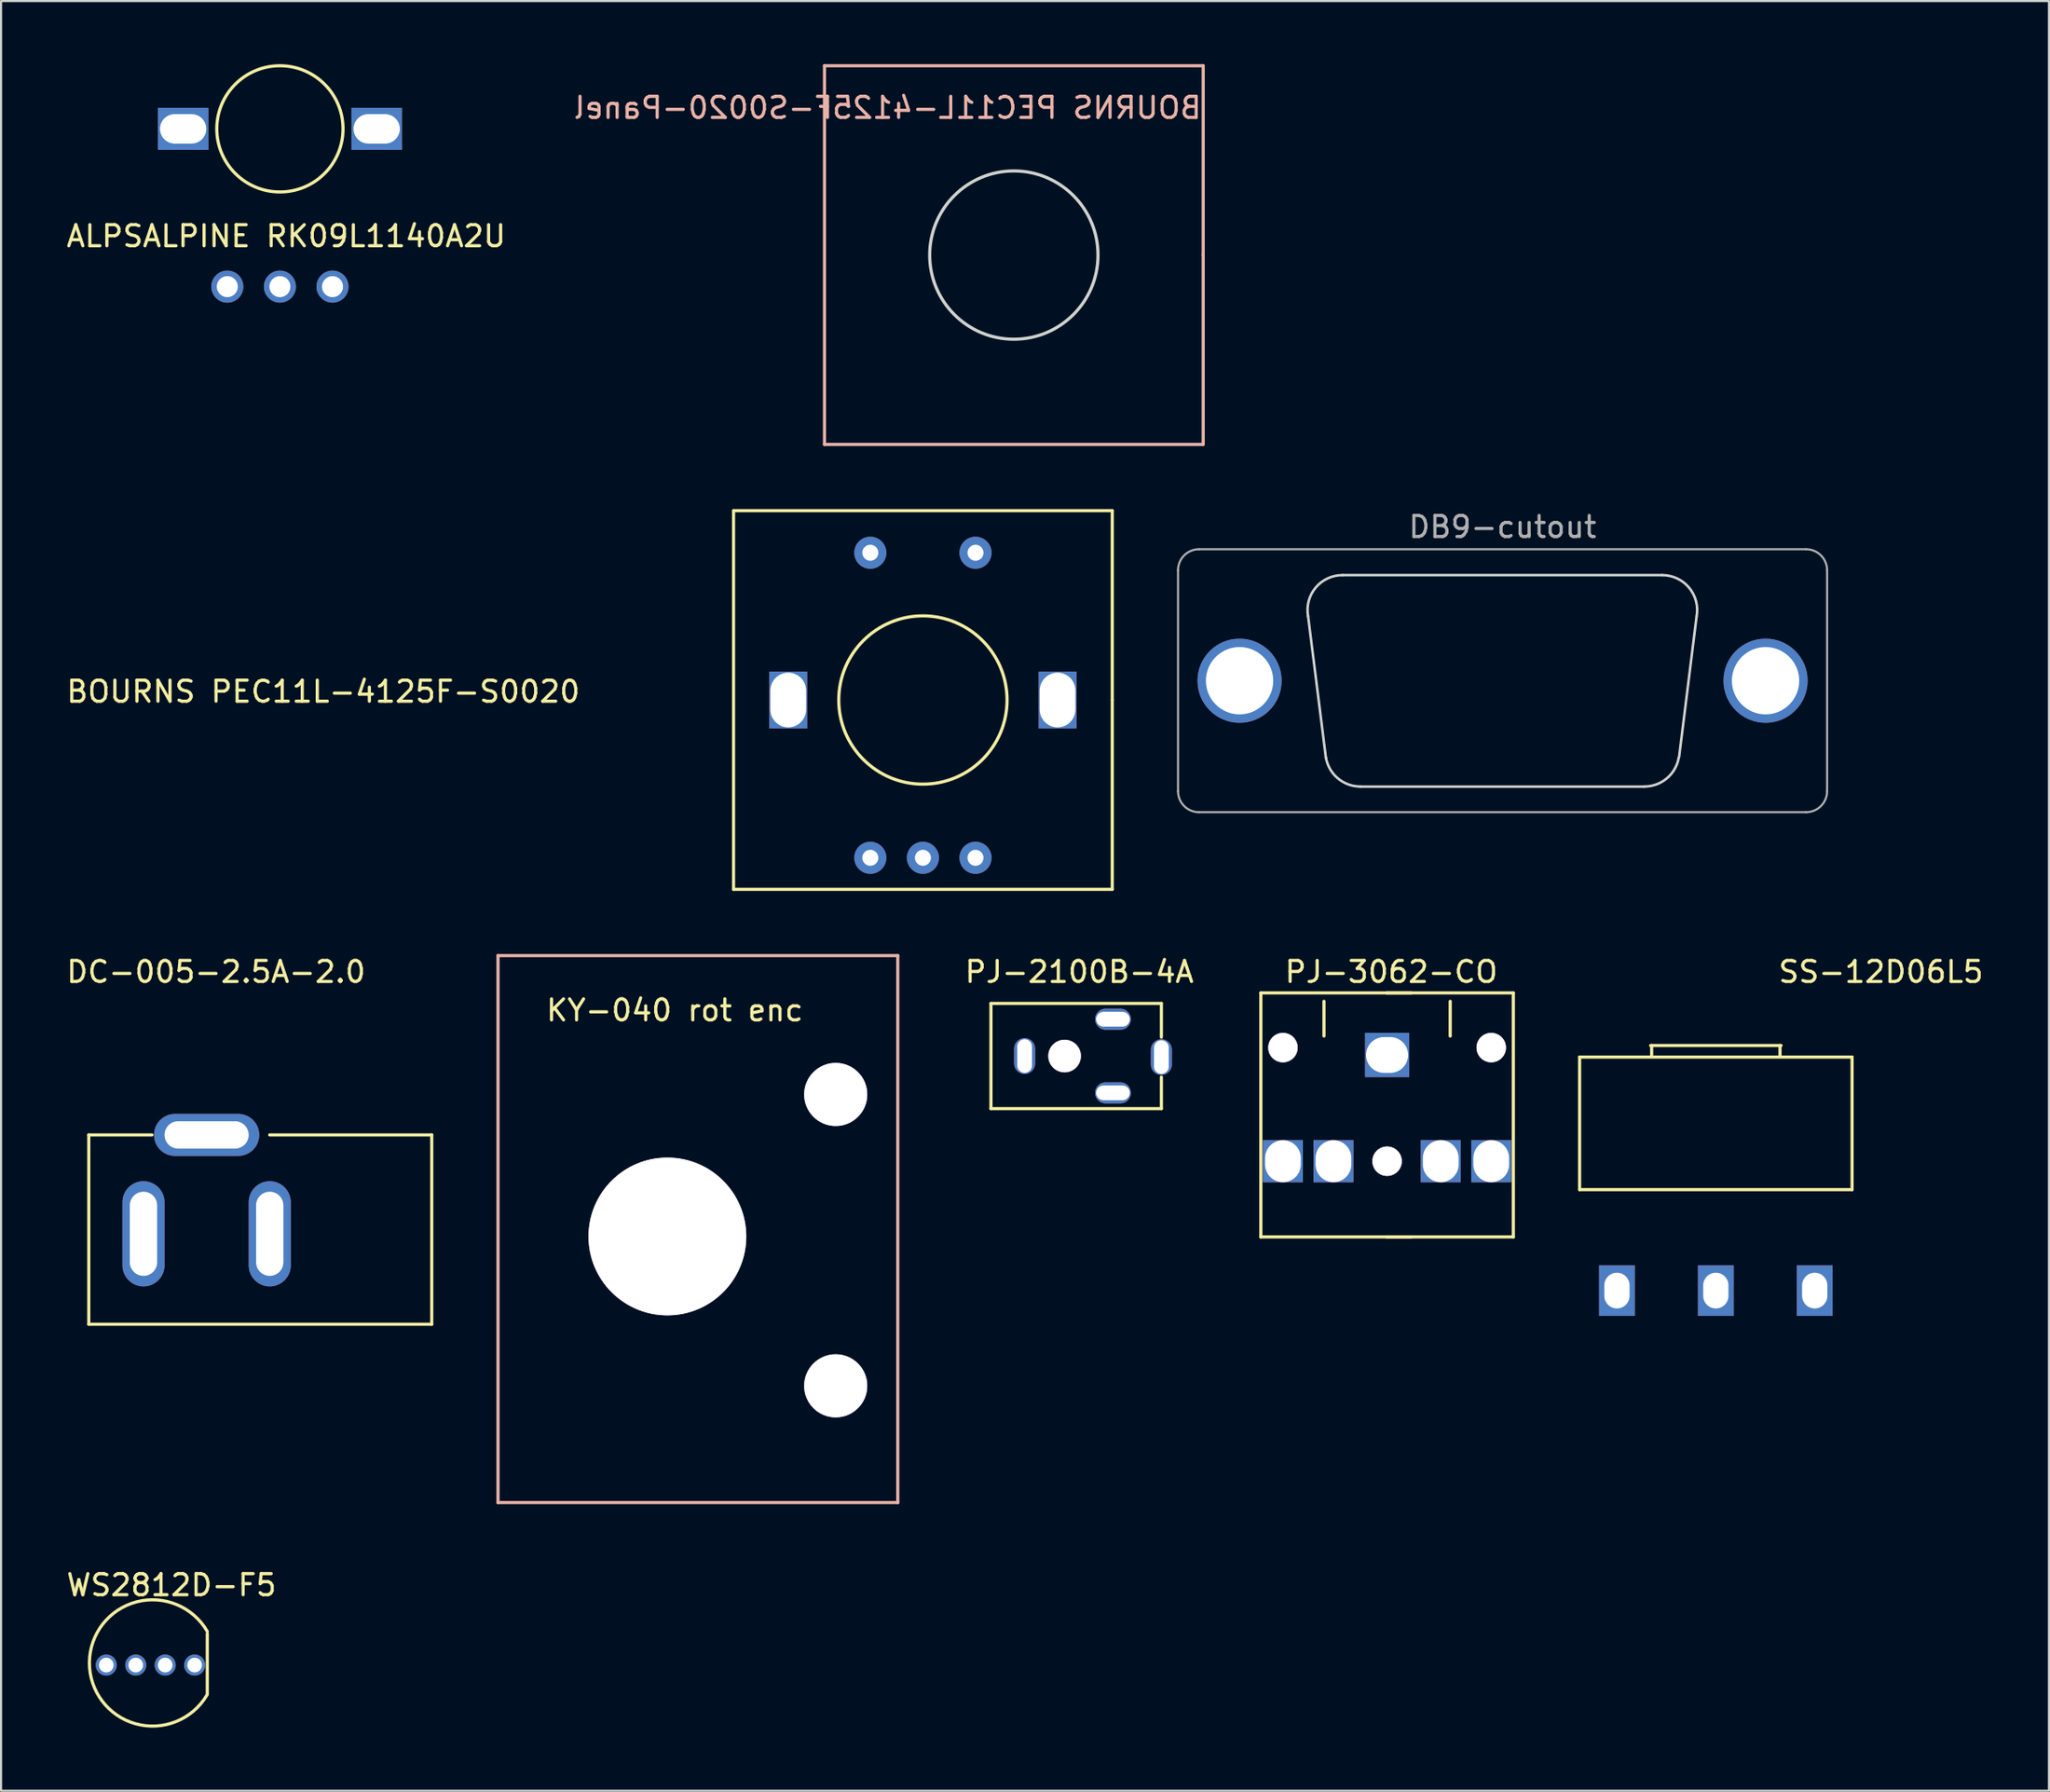
<source format=kicad_pcb>
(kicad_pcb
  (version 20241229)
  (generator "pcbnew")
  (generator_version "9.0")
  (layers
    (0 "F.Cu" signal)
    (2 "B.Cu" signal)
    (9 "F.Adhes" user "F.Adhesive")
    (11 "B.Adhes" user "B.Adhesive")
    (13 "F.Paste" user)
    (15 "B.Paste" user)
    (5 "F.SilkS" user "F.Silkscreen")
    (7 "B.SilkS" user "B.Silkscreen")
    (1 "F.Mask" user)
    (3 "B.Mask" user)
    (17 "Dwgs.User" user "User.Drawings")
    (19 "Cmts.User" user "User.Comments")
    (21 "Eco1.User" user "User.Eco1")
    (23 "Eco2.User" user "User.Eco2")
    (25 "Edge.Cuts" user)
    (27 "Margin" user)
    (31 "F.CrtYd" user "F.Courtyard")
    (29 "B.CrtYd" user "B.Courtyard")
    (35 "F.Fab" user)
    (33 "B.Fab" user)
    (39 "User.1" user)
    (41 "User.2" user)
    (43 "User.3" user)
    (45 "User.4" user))
  (footprint "DC-005-2.5A-2.0"
    (layer "F.Cu")
    (at 5.67 48.698)
    (property "Reference" "DC-005-2.5A-2.0" (at 1.55 -5.55 0) (layer "F.SilkS") (effects (font (size 1 1) (thickness 0.15))))
    (attr through_hole)
    (fp_line (start -4.5 2.2) (end -1.5 2.2) (stroke (width 0.15) (type solid)) (layer "F.SilkS"))
    (fp_line (start -4.5 11.2) (end -4.5 2.2) (stroke (width 0.15) (type solid)) (layer "F.SilkS"))
    (fp_line (start 4.1 2.2) (end 11.8 2.2) (stroke (width 0.15) (type solid)) (layer "F.SilkS"))
    (fp_line (start 11.8 11.2) (end -4.5 11.2) (stroke (width 0.15) (type solid)) (layer "F.SilkS"))
    (fp_line (start 11.8 11.2) (end 11.8 2.2) (stroke (width 0.15) (type solid)) (layer "F.SilkS"))
    (pad "" thru_hole oval (at 1.1 2.2 90) (size 2 5) (drill oval 1.3 4) (layers "*.Cu" "*.Mask"))
    (pad "1" thru_hole oval (at -1.9 6.9) (size 2 5) (drill oval 1.3 4) (layers "*.Cu" "*.Mask"))
    (pad "2" thru_hole oval (at 4.1 6.9) (size 2 5) (drill oval 1.3 4) (layers "*.Cu" "*.Mask")))
  (footprint "WS2812D-F5"
    (layer "F.Cu")
    (at 5.201 72.898)
    (property "Reference" "WS2812D-F5" (at -0.1 -0.6 0) (layer "F.SilkS") (effects (font (size 1 1) (thickness 0.15))))
    (attr through_hole)
    (fp_line (start 1.6 1.7) (end 1.6 4.6) (stroke (width 0.15) (type solid)) (layer "F.SilkS"))
    (fp_arc (start 1.573907 4.644345) (mid -4.001556 3.074274) (end 1.6 1.6) (stroke (width 0.15) (type solid)) (layer "F.SilkS"))
    (pad "1" thru_hole circle (at 1 3.2) (size 1 1) (drill 0.7) (layers "*.Cu" "*.Mask"))
    (pad "2" thru_hole circle (at -0.4 3.2) (size 1 1) (drill 0.7) (layers "*.Cu" "*.Mask"))
    (pad "3" thru_hole circle (at -1.8 3.2) (size 1 1) (drill 0.7) (layers "*.Cu" "*.Mask"))
    (pad "4" thru_hole circle (at -3.2 3.2) (size 1 1) (drill 0.7) (layers "*.Cu" "*.Mask")))
  (footprint "SS-12D06L5"
    (layer "F.Cu")
    (at 76.852 54.348)
    (property "Reference" "SS-12D06L5" (at 9.5 -11.2 0) (layer "F.SilkS") (effects (font (size 1 1) (thickness 0.15))))
    (attr through_hole)
    (fp_line (start -4.825 -7.15) (end 8.125 -7.15) (stroke (width 0.15) (type solid)) (layer "F.SilkS"))
    (fp_line (start -4.825 -0.85) (end -4.825 -7.15) (stroke (width 0.15) (type solid)) (layer "F.SilkS"))
    (fp_line (start -4.825 -0.85) (end 8.125 -0.85) (stroke (width 0.15) (type solid)) (layer "F.SilkS"))
    (fp_line (start -1.45 -7.7) (end 4.75 -7.7) (stroke (width 0.15) (type solid)) (layer "F.SilkS"))
    (fp_line (start -1.4 -7.7) (end -1.4 -7.2) (stroke (width 0.15) (type solid)) (layer "F.SilkS"))
    (fp_line (start 4.7 -7.7) (end 4.7 -7.2) (stroke (width 0.15) (type solid)) (layer "F.SilkS"))
    (fp_line (start 8.125 -0.85) (end 8.125 -7.15) (stroke (width 0.15) (type solid)) (layer "F.SilkS"))
    (pad "" thru_hole rect (at 6.35 3.95) (size 1.7 2.4) (drill oval 1.2 1.7) (layers "*.Cu" "*.Mask"))
    (pad "1" thru_hole rect (at -3.05 3.95) (size 1.7 2.4) (drill oval 1.2 1.7) (layers "*.Cu" "*.Mask"))
    (pad "2" thru_hole rect (at 1.65 3.95) (size 1.7 2.4) (drill oval 1.2 1.7) (layers "*.Cu" "*.Mask")))
  (footprint "BOURNS PEC11L-4125F-S0020-Panel"
    (layer "F.Cu")
    (at 45.137 9.075)
    (property "Reference" "BOURNS PEC11L-4125F-S0020-Panel" (at -6 -7 0) (layer "B.SilkS") (effects (font (size 1 1) (thickness 0.15)) (justify mirror)))
    (attr through_hole)
    (fp_line (start -9 -9) (end 9 -9) (stroke (width 0.15) (type solid)) (layer "B.SilkS"))
    (fp_line (start -9 9) (end -9 -9) (stroke (width 0.15) (type solid)) (layer "B.SilkS"))
    (fp_line (start 9 -9) (end 9 0) (stroke (width 0.15) (type solid)) (layer "B.SilkS"))
    (fp_line (start 9 0) (end 9 9) (stroke (width 0.15) (type solid)) (layer "B.SilkS"))
    (fp_line (start 9 9) (end -9 9) (stroke (width 0.15) (type solid)) (layer "B.SilkS"))
    (fp_circle (center 0 0) (end 4 0) (stroke (width 0.15) (type solid)) (fill no) (layer "Edge.Cuts")))
  (footprint "PJ-3062-CO"
    (layer "F.Cu")
    (at 60.727 43.148)
    (property "Reference" "PJ-3062-CO" (at 2.35 0 0) (layer "F.SilkS") (effects (font (size 1 1) (thickness 0.15))))
    (attr through_hole)
    (fp_line (start -3.85 12.6) (end -3.85 1) (stroke (width 0.15) (type solid)) (layer "F.SilkS"))
    (fp_line (start -0.85 1.4) (end -0.85 3.05) (stroke (width 0.15) (type solid)) (layer "F.SilkS"))
    (fp_line (start 2.15 1) (end -3.85 1) (stroke (width 0.15) (type solid)) (layer "F.SilkS"))
    (fp_line (start 2.15 1) (end 3.3 1) (stroke (width 0.15) (type solid)) (layer "F.SilkS"))
    (fp_line (start 2.15 12.6) (end -3.85 12.6) (stroke (width 0.15) (type solid)) (layer "F.SilkS"))
    (fp_line (start 2.15 12.6) (end 3.3 12.6) (stroke (width 0.15) (type solid)) (layer "F.SilkS"))
    (fp_line (start 5.15 1.4) (end 5.15 3.05) (stroke (width 0.15) (type solid)) (layer "F.SilkS"))
    (fp_line (start 8.15 1) (end 2.15 1) (stroke (width 0.15) (type solid)) (layer "F.SilkS"))
    (fp_line (start 8.15 12.6) (end 2.15 12.6) (stroke (width 0.15) (type solid)) (layer "F.SilkS"))
    (fp_line (start 8.15 12.6) (end 8.15 1) (stroke (width 0.15) (type solid)) (layer "F.SilkS"))
    (pad "" thru_hole circle (at -2.8 3.6) (size 1.4 1.4) (drill 1.4) (layers "*.Cu" "*.Mask"))
    (pad "" thru_hole circle (at 2.15 9) (size 1.4 1.4) (drill 1.4) (layers "*.Cu" "*.Mask"))
    (pad "" thru_hole circle (at 7.1 3.6) (size 1.4 1.4) (drill 1.4) (layers "*.Cu" "*.Mask"))
    (pad "R" thru_hole rect (at 7.1 9 270) (size 2 1.9) (drill oval 2 1.7) (layers "*.Cu" "*.Mask"))
    (pad "RN" thru_hole rect (at 4.7 9 270) (size 2 1.9) (drill oval 2 1.7) (layers "*.Cu" "*.Mask"))
    (pad "S" thru_hole rect (at 2.15 3.95) (size 2.1 2.1) (drill oval 2 1.7) (layers "*.Cu" "*.Mask"))
    (pad "T" thru_hole rect (at -2.8 9 270) (size 2 1.9) (drill oval 2 1.7) (layers "*.Cu" "*.Mask"))
    (pad "TN" thru_hole rect (at -0.4 9 270) (size 2 1.9) (drill oval 2 1.7) (layers "*.Cu" "*.Mask")))
  (footprint "BOURNS PEC11L-4125F-S0020"
    (layer "F.Cu")
    (at 40.815 30.225)
    (property "Reference" "BOURNS PEC11L-4125F-S0020" (at -28.5 -0.4 0) (layer "F.SilkS") (effects (font (size 1 1) (thickness 0.15))))
    (attr through_hole)
    (fp_line (start -9 -9) (end 9 -9) (stroke (width 0.15) (type solid)) (layer "F.SilkS"))
    (fp_line (start -9 9) (end -9 -9) (stroke (width 0.15) (type solid)) (layer "F.SilkS"))
    (fp_line (start 9 -9) (end 9 0) (stroke (width 0.15) (type solid)) (layer "F.SilkS"))
    (fp_line (start 9 0) (end 9 9) (stroke (width 0.15) (type solid)) (layer "F.SilkS"))
    (fp_line (start 9 9) (end -9 9) (stroke (width 0.15) (type solid)) (layer "F.SilkS"))
    (fp_circle (center 0 0) (end 4 0) (stroke (width 0.15) (type solid)) (fill no) (layer "F.SilkS"))
    (pad "" thru_hole rect (at -6.4 0) (size 1.8 2.7) (drill oval 1.7 2.6) (layers "*.Cu" "*.Mask"))
    (pad "" thru_hole rect (at 6.4 0) (size 1.8 2.7) (drill oval 1.7 2.6) (layers "*.Cu" "*.Mask"))
    (pad "A" thru_hole circle (at -2.5 7.5) (size 1.524 1.524) (drill 0.762) (layers "*.Cu" "*.Mask"))
    (pad "B" thru_hole circle (at 2.5 7.5) (size 1.524 1.524) (drill 0.762) (layers "*.Cu" "*.Mask"))
    (pad "C" thru_hole circle (at 0 7.5) (size 1.524 1.524) (drill 0.762) (layers "*.Cu" "*.Mask"))
    (pad "S1" thru_hole circle (at -2.5 -7) (size 1.524 1.524) (drill 0.762) (layers "*.Cu" "*.Mask"))
    (pad "S2" thru_hole circle (at 2.5 -7) (size 1.524 1.524) (drill 0.762) (layers "*.Cu" "*.Mask")))
  (footprint "KY-040 rot enc"
    (layer "F.Cu")
    (at 24.62 50.375)
    (property "Reference" "KY-040 rot enc" (at 4.4 -5.4 0) (layer "F.SilkS") (effects (font (size 1 1) (thickness 0.15))))
    (attr through_hole)
    (fp_line (start -4 -8) (end 15 -8) (stroke (width 0.15) (type solid)) (layer "B.SilkS"))
    (fp_line (start -4 18) (end -4 -8) (stroke (width 0.15) (type solid)) (layer "B.SilkS"))
    (fp_line (start 15 -8) (end 15 18) (stroke (width 0.15) (type solid)) (layer "B.SilkS"))
    (fp_line (start 15 18) (end -4 18) (stroke (width 0.15) (type solid)) (layer "B.SilkS"))
    (pad "" thru_hole circle (at 4.05 5.35) (size 7.5 7.5) (drill 7.5) (layers "*.Cu" "*.Mask"))
    (pad "" thru_hole circle (at 12.05 -1.4) (size 3 3) (drill 3) (layers "*.Cu" "*.Mask"))
    (pad "" thru_hole circle (at 12.05 12.45) (size 3 3) (drill 3) (layers "*.Cu" "*.Mask")))
  (footprint "ALPSALPINE RK09L1140A2U"
    (layer "F.Cu")
    (at 10.254 3.175)
    (property "Reference" "ALPSALPINE RK09L1140A2U" (at 0.3 5 0) (layer "F.SilkS") (effects (font (size 1 1) (thickness 0.15))))
    (attr through_hole)
    (fp_circle (center 0 -0.1) (end 3 -0.1) (stroke (width 0.15) (type solid)) (fill no) (layer "F.SilkS"))
    (pad "" thru_hole rect (at -4.6 -0.1) (size 2.4 2) (drill oval 2.2 1.4) (layers "*.Cu" "*.Mask"))
    (pad "" thru_hole rect (at 4.6 -0.1 180) (size 2.4 2) (drill oval 2.2 1.4) (layers "*.Cu" "*.Mask"))
    (pad "1" thru_hole circle (at -2.5 7.4) (size 1.524 1.524) (drill 1) (layers "*.Cu" "*.Mask"))
    (pad "2" thru_hole circle (at 0 7.4) (size 1.524 1.524) (drill 1) (layers "*.Cu" "*.Mask"))
    (pad "3" thru_hole circle (at 2.5 7.4) (size 1.524 1.524) (drill 1) (layers "*.Cu" "*.Mask")))
  (footprint "PJ-2100B-4A"
    (layer "F.Cu")
    (at 48.949 43.998)
    (property "Reference" "PJ-2100B-4A" (at -0.7 -0.85 0) (layer "F.SilkS") (effects (font (size 1 1) (thickness 0.15))))
    (attr through_hole)
    (fp_line (start -4.9 0.65) (end 3.2 0.65) (stroke (width 0.15) (type solid)) (layer "F.SilkS"))
    (fp_line (start -4.9 5.65) (end -4.9 0.65) (stroke (width 0.15) (type solid)) (layer "F.SilkS"))
    (fp_line (start 3.2 2.25) (end 3.2 0.65) (stroke (width 0.15) (type solid)) (layer "F.SilkS"))
    (fp_line (start 3.2 5.65) (end -4.9 5.65) (stroke (width 0.15) (type solid)) (layer "F.SilkS"))
    (fp_line (start 3.2 5.65) (end 3.2 4.15) (stroke (width 0.15) (type solid)) (layer "F.SilkS"))
    (pad "" thru_hole circle (at -1.4 3.15 180) (size 1.55 1.55) (drill 1.55) (layers "*.Cu" "*.Mask"))
    (pad "R" thru_hole oval (at 3.2 3.2 90) (size 1.7 1) (drill oval 1.6 0.7) (layers "*.Cu" "*.Mask"))
    (pad "S" thru_hole oval (at -3.3 3.15 90) (size 1.7 1) (drill oval 1.6 0.7) (layers "*.Cu" "*.Mask"))
    (pad "T" thru_hole oval (at 0.9 1.4 180) (size 1.7 1) (drill oval 1.6 0.7) (layers "*.Cu" "*.Mask"))
    (pad "T" thru_hole oval (at 0.9 4.9 180) (size 1.7 1) (drill oval 1.6 0.7) (layers "*.Cu" "*.Mask")))
  (footprint "DB9-cutout"
    (layer "F.Cu")
    (at 63.805 33.388)
    (property "Reference" "DB9-cutout" (at 4.56 -11.39 0) (layer "F.Fab") (effects (font (size 1 1) (thickness 0.15))))
    (attr through_hole)
    (fp_line (start -4.684 -7.158) (end -3.835 -0.411) (stroke (width 0.12) (type solid)) (layer "Edge.Cuts"))
    (fp_line (start -3.05 -9.1) (end 12.15 -9.1) (stroke (width 0.12) (type solid)) (layer "Edge.Cuts"))
    (fp_line (start -2.197 0.953) (end 11.29 0.953) (stroke (width 0.12) (type solid)) (layer "Edge.Cuts"))
    (fp_line (start 13.782 -7.132) (end 12.95 -0.45) (stroke (width 0.12) (type solid)) (layer "Edge.Cuts"))
    (fp_arc (start -4.684781 -7.151744) (mid -4.321634 -8.507028) (end -3.05 -9.1) (stroke (width 0.12) (type solid)) (layer "Edge.Cuts"))
    (fp_arc (start -2.2 0.95) (mid -3.267027 0.561634) (end -3.834781 -0.421744) (stroke (width 0.12) (type solid)) (layer "Edge.Cuts"))
    (fp_arc (start 12.15 -9.1) (mid 13.421634 -8.507027) (end 13.784781 -7.151744) (stroke (width 0.12) (type solid)) (layer "Edge.Cuts"))
    (fp_arc (start 12.934781 -0.421744) (mid 12.367028 0.561634) (end 11.3 0.95) (stroke (width 0.12) (type solid)) (layer "Edge.Cuts"))
    (fp_line (start -10.865 1.17) (end -10.865 -9.33) (stroke (width 0.1) (type solid)) (layer "F.Fab"))
    (fp_line (start -9.865 -10.33) (end 18.985 -10.33) (stroke (width 0.1) (type solid)) (layer "F.Fab"))
    (fp_line (start 18.985 2.17) (end -9.865 2.17) (stroke (width 0.1) (type solid)) (layer "F.Fab"))
    (fp_line (start 19.985 -9.33) (end 19.985 1.17) (stroke (width 0.1) (type solid)) (layer "F.Fab"))
    (fp_arc (start -10.865 -9.33) (mid -10.572107 -10.037107) (end -9.865 -10.33) (stroke (width 0.1) (type solid)) (layer "F.Fab"))
    (fp_arc (start -9.865 2.17) (mid -10.572107 1.877107) (end -10.865 1.17) (stroke (width 0.1) (type solid)) (layer "F.Fab"))
    (fp_arc (start 18.985 -10.33) (mid 19.692107 -10.037107) (end 19.985 -9.33) (stroke (width 0.1) (type solid)) (layer "F.Fab"))
    (fp_arc (start 19.985 1.17) (mid 19.692107 1.877107) (end 18.985 2.17) (stroke (width 0.1) (type solid)) (layer "F.Fab"))
    (pad "0" thru_hole circle (at -7.94 -4.08) (size 4 4) (drill 3.2) (layers "*.Cu" "*.Mask"))
    (pad "0" thru_hole circle (at 17.06 -4.08) (size 4 4) (drill 3.2) (layers "*.Cu" "*.Mask")))
  (gr_rect
    (start -3 -3)
    (end 94.335 82.075)
    (stroke (width 0.1) (type default))
    (fill no)
    (layer "Edge.Cuts")))
</source>
